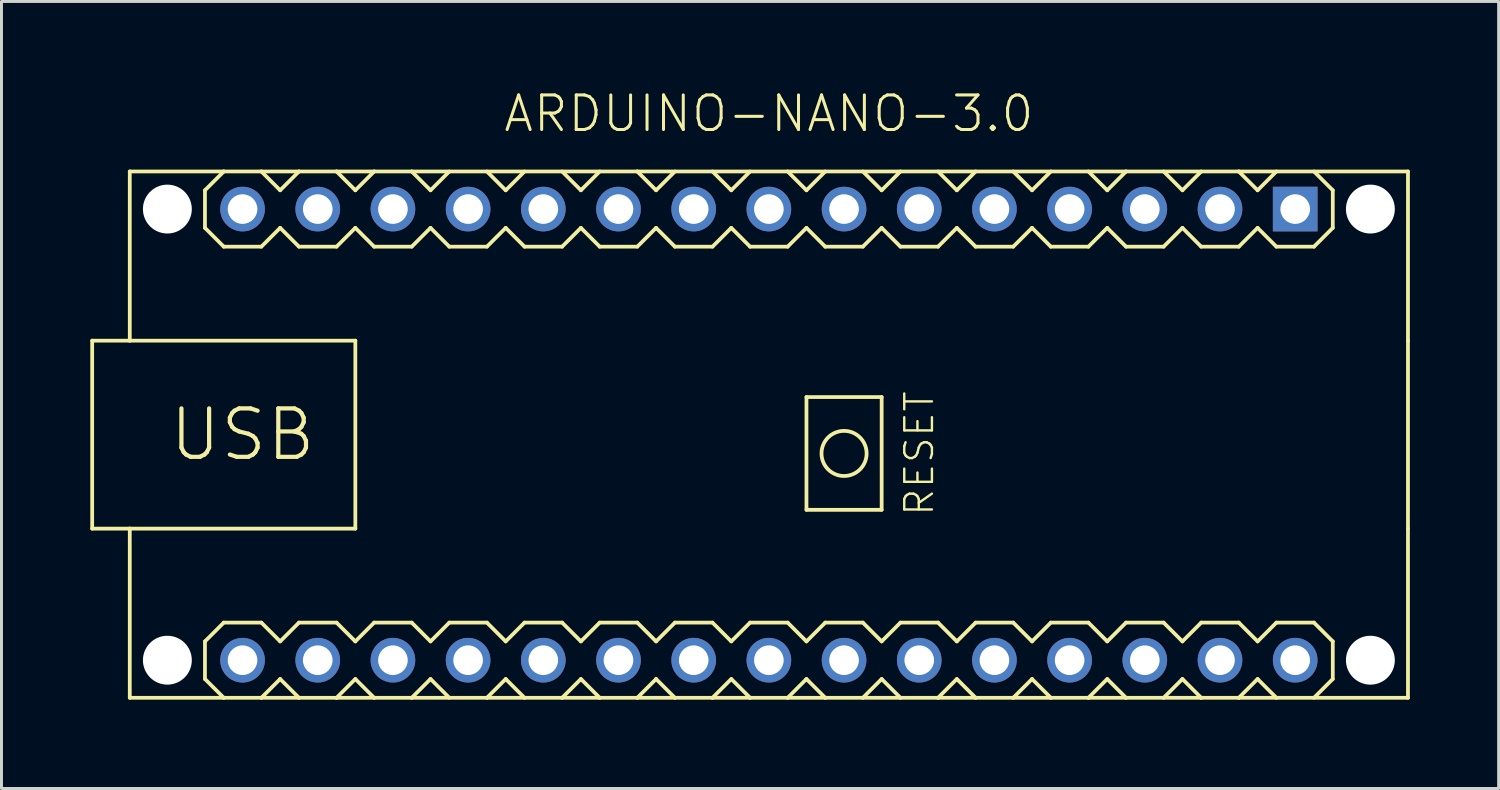
<source format=kicad_pcb>
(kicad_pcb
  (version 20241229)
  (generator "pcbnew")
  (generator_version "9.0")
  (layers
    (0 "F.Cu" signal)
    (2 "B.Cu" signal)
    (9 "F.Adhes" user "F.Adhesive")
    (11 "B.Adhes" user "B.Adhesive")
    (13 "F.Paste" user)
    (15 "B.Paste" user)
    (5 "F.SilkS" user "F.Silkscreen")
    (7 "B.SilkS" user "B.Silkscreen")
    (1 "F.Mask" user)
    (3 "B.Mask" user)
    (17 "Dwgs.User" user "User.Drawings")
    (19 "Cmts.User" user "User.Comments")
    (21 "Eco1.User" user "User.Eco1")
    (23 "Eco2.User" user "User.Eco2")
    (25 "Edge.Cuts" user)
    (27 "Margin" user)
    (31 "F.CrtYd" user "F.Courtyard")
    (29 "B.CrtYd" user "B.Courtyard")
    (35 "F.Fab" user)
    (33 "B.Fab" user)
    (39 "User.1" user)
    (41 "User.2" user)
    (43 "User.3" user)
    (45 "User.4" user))
  (footprint "ARDUINO-NANO-3.0"
    (layer "F.Cu")
    (at 22.924 11.633)
    (property "Reference" "ARDUINO-NANO-3.0" (at 0 -10.16 0) (layer "F.SilkS") (effects (font (size 1.168 1.168) (thickness 0.102)) (justify bottom)))
    (fp_line (start -22.86 -3.175) (end -22.86 3.175) (stroke (width 0.127) (type solid)) (layer "F.SilkS"))
    (fp_line (start -22.86 3.175) (end -21.59 3.175) (stroke (width 0.127) (type solid)) (layer "F.SilkS"))
    (fp_line (start -21.59 -8.89) (end -21.59 -3.175) (stroke (width 0.127) (type solid)) (layer "F.SilkS"))
    (fp_line (start -21.59 -3.175) (end -22.86 -3.175) (stroke (width 0.127) (type solid)) (layer "F.SilkS"))
    (fp_line (start -21.59 -3.175) (end -13.97 -3.175) (stroke (width 0.127) (type solid)) (layer "F.SilkS"))
    (fp_line (start -21.59 3.175) (end -21.59 8.89) (stroke (width 0.127) (type solid)) (layer "F.SilkS"))
    (fp_line (start -21.59 8.89) (end -18.415 8.89) (stroke (width 0.127) (type solid)) (layer "F.SilkS"))
    (fp_line (start -19.05 -8.255) (end -19.05 -6.985) (stroke (width 0.127) (type solid)) (layer "F.SilkS"))
    (fp_line (start -19.05 -6.985) (end -18.415 -6.35) (stroke (width 0.127) (type solid)) (layer "F.SilkS"))
    (fp_line (start -19.05 6.985) (end -19.05 8.255) (stroke (width 0.127) (type solid)) (layer "F.SilkS"))
    (fp_line (start -19.05 8.255) (end -18.415 8.89) (stroke (width 0.127) (type solid)) (layer "F.SilkS"))
    (fp_line (start -18.415 -8.89) (end -21.59 -8.89) (stroke (width 0.127) (type solid)) (layer "F.SilkS"))
    (fp_line (start -18.415 -8.89) (end -19.05 -8.255) (stroke (width 0.127) (type solid)) (layer "F.SilkS"))
    (fp_line (start -18.415 -6.35) (end -17.145 -6.35) (stroke (width 0.127) (type solid)) (layer "F.SilkS"))
    (fp_line (start -18.415 6.35) (end -19.05 6.985) (stroke (width 0.127) (type solid)) (layer "F.SilkS"))
    (fp_line (start -18.415 8.89) (end -17.145 8.89) (stroke (width 0.127) (type solid)) (layer "F.SilkS"))
    (fp_line (start -17.145 -8.89) (end -18.415 -8.89) (stroke (width 0.127) (type solid)) (layer "F.SilkS"))
    (fp_line (start -17.145 -6.35) (end -16.51 -6.985) (stroke (width 0.127) (type solid)) (layer "F.SilkS"))
    (fp_line (start -17.145 6.35) (end -18.415 6.35) (stroke (width 0.127) (type solid)) (layer "F.SilkS"))
    (fp_line (start -17.145 8.89) (end -16.51 8.255) (stroke (width 0.127) (type solid)) (layer "F.SilkS"))
    (fp_line (start -17.145 8.89) (end -15.875 8.89) (stroke (width 0.127) (type solid)) (layer "F.SilkS"))
    (fp_line (start -16.51 -8.255) (end -17.145 -8.89) (stroke (width 0.127) (type solid)) (layer "F.SilkS"))
    (fp_line (start -16.51 -6.985) (end -15.875 -6.35) (stroke (width 0.127) (type solid)) (layer "F.SilkS"))
    (fp_line (start -16.51 6.985) (end -17.145 6.35) (stroke (width 0.127) (type solid)) (layer "F.SilkS"))
    (fp_line (start -16.51 8.255) (end -15.875 8.89) (stroke (width 0.127) (type solid)) (layer "F.SilkS"))
    (fp_line (start -15.875 -8.89) (end -17.145 -8.89) (stroke (width 0.127) (type solid)) (layer "F.SilkS"))
    (fp_line (start -15.875 -8.89) (end -16.51 -8.255) (stroke (width 0.127) (type solid)) (layer "F.SilkS"))
    (fp_line (start -15.875 -6.35) (end -14.605 -6.35) (stroke (width 0.127) (type solid)) (layer "F.SilkS"))
    (fp_line (start -15.875 6.35) (end -16.51 6.985) (stroke (width 0.127) (type solid)) (layer "F.SilkS"))
    (fp_line (start -15.875 8.89) (end -14.605 8.89) (stroke (width 0.127) (type solid)) (layer "F.SilkS"))
    (fp_line (start -14.605 -8.89) (end -15.875 -8.89) (stroke (width 0.127) (type solid)) (layer "F.SilkS"))
    (fp_line (start -14.605 -6.35) (end -13.97 -6.985) (stroke (width 0.127) (type solid)) (layer "F.SilkS"))
    (fp_line (start -14.605 6.35) (end -15.875 6.35) (stroke (width 0.127) (type solid)) (layer "F.SilkS"))
    (fp_line (start -14.605 8.89) (end -13.97 8.255) (stroke (width 0.127) (type solid)) (layer "F.SilkS"))
    (fp_line (start -14.605 8.89) (end -13.335 8.89) (stroke (width 0.127) (type solid)) (layer "F.SilkS"))
    (fp_line (start -13.97 -8.255) (end -14.605 -8.89) (stroke (width 0.127) (type solid)) (layer "F.SilkS"))
    (fp_line (start -13.97 -6.985) (end -13.335 -6.35) (stroke (width 0.127) (type solid)) (layer "F.SilkS"))
    (fp_line (start -13.97 -3.175) (end -13.97 3.175) (stroke (width 0.127) (type solid)) (layer "F.SilkS"))
    (fp_line (start -13.97 3.175) (end -21.59 3.175) (stroke (width 0.127) (type solid)) (layer "F.SilkS"))
    (fp_line (start -13.97 6.985) (end -14.605 6.35) (stroke (width 0.127) (type solid)) (layer "F.SilkS"))
    (fp_line (start -13.97 8.255) (end -13.335 8.89) (stroke (width 0.127) (type solid)) (layer "F.SilkS"))
    (fp_line (start -13.335 -8.89) (end -14.605 -8.89) (stroke (width 0.127) (type solid)) (layer "F.SilkS"))
    (fp_line (start -13.335 -8.89) (end -13.97 -8.255) (stroke (width 0.127) (type solid)) (layer "F.SilkS"))
    (fp_line (start -13.335 -6.35) (end -12.065 -6.35) (stroke (width 0.127) (type solid)) (layer "F.SilkS"))
    (fp_line (start -13.335 6.35) (end -13.97 6.985) (stroke (width 0.127) (type solid)) (layer "F.SilkS"))
    (fp_line (start -13.335 8.89) (end -12.065 8.89) (stroke (width 0.127) (type solid)) (layer "F.SilkS"))
    (fp_line (start -12.065 -8.89) (end -13.335 -8.89) (stroke (width 0.127) (type solid)) (layer "F.SilkS"))
    (fp_line (start -12.065 -6.35) (end -11.43 -6.985) (stroke (width 0.127) (type solid)) (layer "F.SilkS"))
    (fp_line (start -12.065 6.35) (end -13.335 6.35) (stroke (width 0.127) (type solid)) (layer "F.SilkS"))
    (fp_line (start -12.065 8.89) (end -11.43 8.255) (stroke (width 0.127) (type solid)) (layer "F.SilkS"))
    (fp_line (start -12.065 8.89) (end -9.525 8.89) (stroke (width 0.127) (type solid)) (layer "F.SilkS"))
    (fp_line (start -11.43 -8.255) (end -12.065 -8.89) (stroke (width 0.127) (type solid)) (layer "F.SilkS"))
    (fp_line (start -11.43 -6.985) (end -10.795 -6.35) (stroke (width 0.127) (type solid)) (layer "F.SilkS"))
    (fp_line (start -11.43 6.985) (end -12.065 6.35) (stroke (width 0.127) (type solid)) (layer "F.SilkS"))
    (fp_line (start -10.795 -8.89) (end -11.43 -8.255) (stroke (width 0.127) (type solid)) (layer "F.SilkS"))
    (fp_line (start -10.795 -6.35) (end -9.525 -6.35) (stroke (width 0.127) (type solid)) (layer "F.SilkS"))
    (fp_line (start -10.795 6.35) (end -11.43 6.985) (stroke (width 0.127) (type solid)) (layer "F.SilkS"))
    (fp_line (start -10.795 6.35) (end -9.525 6.35) (stroke (width 0.127) (type solid)) (layer "F.SilkS"))
    (fp_line (start -10.795 8.89) (end -11.43 8.255) (stroke (width 0.127) (type solid)) (layer "F.SilkS"))
    (fp_line (start -9.525 -6.35) (end -8.89 -6.985) (stroke (width 0.127) (type solid)) (layer "F.SilkS"))
    (fp_line (start -9.525 6.35) (end -8.89 6.985) (stroke (width 0.127) (type solid)) (layer "F.SilkS"))
    (fp_line (start -9.525 8.89) (end -8.89 8.255) (stroke (width 0.127) (type solid)) (layer "F.SilkS"))
    (fp_line (start -9.525 8.89) (end -8.255 8.89) (stroke (width 0.127) (type solid)) (layer "F.SilkS"))
    (fp_line (start -8.89 -8.255) (end -9.525 -8.89) (stroke (width 0.127) (type solid)) (layer "F.SilkS"))
    (fp_line (start -8.89 -6.985) (end -8.255 -6.35) (stroke (width 0.127) (type solid)) (layer "F.SilkS"))
    (fp_line (start -8.89 6.985) (end -8.255 6.35) (stroke (width 0.127) (type solid)) (layer "F.SilkS"))
    (fp_line (start -8.89 8.255) (end -8.255 8.89) (stroke (width 0.127) (type solid)) (layer "F.SilkS"))
    (fp_line (start -8.255 -8.89) (end -8.89 -8.255) (stroke (width 0.127) (type solid)) (layer "F.SilkS"))
    (fp_line (start -8.255 -6.35) (end -6.985 -6.35) (stroke (width 0.127) (type solid)) (layer "F.SilkS"))
    (fp_line (start -8.255 6.35) (end -6.985 6.35) (stroke (width 0.127) (type solid)) (layer "F.SilkS"))
    (fp_line (start -8.255 8.89) (end -6.985 8.89) (stroke (width 0.127) (type solid)) (layer "F.SilkS"))
    (fp_line (start -6.985 -6.35) (end -6.35 -6.985) (stroke (width 0.127) (type solid)) (layer "F.SilkS"))
    (fp_line (start -6.985 6.35) (end -6.35 6.985) (stroke (width 0.127) (type solid)) (layer "F.SilkS"))
    (fp_line (start -6.985 8.89) (end -6.35 8.255) (stroke (width 0.127) (type solid)) (layer "F.SilkS"))
    (fp_line (start -6.985 8.89) (end -5.715 8.89) (stroke (width 0.127) (type solid)) (layer "F.SilkS"))
    (fp_line (start -6.35 -8.255) (end -6.985 -8.89) (stroke (width 0.127) (type solid)) (layer "F.SilkS"))
    (fp_line (start -6.35 -6.985) (end -5.715 -6.35) (stroke (width 0.127) (type solid)) (layer "F.SilkS"))
    (fp_line (start -6.35 6.985) (end -5.715 6.35) (stroke (width 0.127) (type solid)) (layer "F.SilkS"))
    (fp_line (start -6.35 8.255) (end -5.715 8.89) (stroke (width 0.127) (type solid)) (layer "F.SilkS"))
    (fp_line (start -5.715 -8.89) (end -6.35 -8.255) (stroke (width 0.127) (type solid)) (layer "F.SilkS"))
    (fp_line (start -5.715 -6.35) (end -4.445 -6.35) (stroke (width 0.127) (type solid)) (layer "F.SilkS"))
    (fp_line (start -5.715 6.35) (end -4.445 6.35) (stroke (width 0.127) (type solid)) (layer "F.SilkS"))
    (fp_line (start -5.715 8.89) (end -4.445 8.89) (stroke (width 0.127) (type solid)) (layer "F.SilkS"))
    (fp_line (start -4.445 -8.89) (end -12.065 -8.89) (stroke (width 0.127) (type solid)) (layer "F.SilkS"))
    (fp_line (start -4.445 -6.35) (end -3.81 -6.985) (stroke (width 0.127) (type solid)) (layer "F.SilkS"))
    (fp_line (start -4.445 6.35) (end -3.81 6.985) (stroke (width 0.127) (type solid)) (layer "F.SilkS"))
    (fp_line (start -4.445 8.89) (end -3.81 8.255) (stroke (width 0.127) (type solid)) (layer "F.SilkS"))
    (fp_line (start -4.445 8.89) (end -3.175 8.89) (stroke (width 0.127) (type solid)) (layer "F.SilkS"))
    (fp_line (start -3.81 -8.255) (end -4.445 -8.89) (stroke (width 0.127) (type solid)) (layer "F.SilkS"))
    (fp_line (start -3.81 -6.985) (end -3.175 -6.35) (stroke (width 0.127) (type solid)) (layer "F.SilkS"))
    (fp_line (start -3.81 6.985) (end -3.175 6.35) (stroke (width 0.127) (type solid)) (layer "F.SilkS"))
    (fp_line (start -3.81 8.255) (end -3.175 8.89) (stroke (width 0.127) (type solid)) (layer "F.SilkS"))
    (fp_line (start -3.175 -8.89) (end -3.81 -8.255) (stroke (width 0.127) (type solid)) (layer "F.SilkS"))
    (fp_line (start -3.175 -6.35) (end -1.905 -6.35) (stroke (width 0.127) (type solid)) (layer "F.SilkS"))
    (fp_line (start -3.175 6.35) (end -1.905 6.35) (stroke (width 0.127) (type solid)) (layer "F.SilkS"))
    (fp_line (start -3.175 8.89) (end -1.905 8.89) (stroke (width 0.127) (type solid)) (layer "F.SilkS"))
    (fp_line (start -1.905 -6.35) (end -1.27 -6.985) (stroke (width 0.127) (type solid)) (layer "F.SilkS"))
    (fp_line (start -1.905 6.35) (end -1.27 6.985) (stroke (width 0.127) (type solid)) (layer "F.SilkS"))
    (fp_line (start -1.905 8.89) (end -1.27 8.255) (stroke (width 0.127) (type solid)) (layer "F.SilkS"))
    (fp_line (start -1.905 8.89) (end -0.635 8.89) (stroke (width 0.127) (type solid)) (layer "F.SilkS"))
    (fp_line (start -1.27 -8.255) (end -1.905 -8.89) (stroke (width 0.127) (type solid)) (layer "F.SilkS"))
    (fp_line (start -1.27 -6.985) (end -0.635 -6.35) (stroke (width 0.127) (type solid)) (layer "F.SilkS"))
    (fp_line (start -1.27 6.985) (end -0.635 6.35) (stroke (width 0.127) (type solid)) (layer "F.SilkS"))
    (fp_line (start -1.27 8.255) (end -0.635 8.89) (stroke (width 0.127) (type solid)) (layer "F.SilkS"))
    (fp_line (start -0.635 -8.89) (end -1.27 -8.255) (stroke (width 0.127) (type solid)) (layer "F.SilkS"))
    (fp_line (start -0.635 -6.35) (end 0.635 -6.35) (stroke (width 0.127) (type solid)) (layer "F.SilkS"))
    (fp_line (start -0.635 6.35) (end 0.635 6.35) (stroke (width 0.127) (type solid)) (layer "F.SilkS"))
    (fp_line (start -0.635 8.89) (end 0.635 8.89) (stroke (width 0.127) (type solid)) (layer "F.SilkS"))
    (fp_line (start 0.635 -6.35) (end 1.27 -6.985) (stroke (width 0.127) (type solid)) (layer "F.SilkS"))
    (fp_line (start 0.635 6.35) (end 1.27 6.985) (stroke (width 0.127) (type solid)) (layer "F.SilkS"))
    (fp_line (start 0.635 8.89) (end 1.27 8.255) (stroke (width 0.127) (type solid)) (layer "F.SilkS"))
    (fp_line (start 0.635 8.89) (end 1.905 8.89) (stroke (width 0.127) (type solid)) (layer "F.SilkS"))
    (fp_line (start 1.27 -8.255) (end 0.635 -8.89) (stroke (width 0.127) (type solid)) (layer "F.SilkS"))
    (fp_line (start 1.27 -6.985) (end 1.905 -6.35) (stroke (width 0.127) (type solid)) (layer "F.SilkS"))
    (fp_line (start 1.27 -1.27) (end 1.27 2.54) (stroke (width 0.127) (type solid)) (layer "F.SilkS"))
    (fp_line (start 1.27 2.54) (end 3.81 2.54) (stroke (width 0.127) (type solid)) (layer "F.SilkS"))
    (fp_line (start 1.27 6.985) (end 1.905 6.35) (stroke (width 0.127) (type solid)) (layer "F.SilkS"))
    (fp_line (start 1.27 8.255) (end 1.905 8.89) (stroke (width 0.127) (type solid)) (layer "F.SilkS"))
    (fp_line (start 1.905 -8.89) (end 1.27 -8.255) (stroke (width 0.127) (type solid)) (layer "F.SilkS"))
    (fp_line (start 1.905 -6.35) (end 3.175 -6.35) (stroke (width 0.127) (type solid)) (layer "F.SilkS"))
    (fp_line (start 1.905 6.35) (end 3.175 6.35) (stroke (width 0.127) (type solid)) (layer "F.SilkS"))
    (fp_line (start 1.905 8.89) (end 3.175 8.89) (stroke (width 0.127) (type solid)) (layer "F.SilkS"))
    (fp_line (start 3.175 -6.35) (end 3.81 -6.985) (stroke (width 0.127) (type solid)) (layer "F.SilkS"))
    (fp_line (start 3.175 6.35) (end 3.81 6.985) (stroke (width 0.127) (type solid)) (layer "F.SilkS"))
    (fp_line (start 3.175 8.89) (end 3.81 8.255) (stroke (width 0.127) (type solid)) (layer "F.SilkS"))
    (fp_line (start 3.175 8.89) (end 4.445 8.89) (stroke (width 0.127) (type solid)) (layer "F.SilkS"))
    (fp_line (start 3.81 -8.255) (end 3.175 -8.89) (stroke (width 0.127) (type solid)) (layer "F.SilkS"))
    (fp_line (start 3.81 -6.985) (end 4.445 -6.35) (stroke (width 0.127) (type solid)) (layer "F.SilkS"))
    (fp_line (start 3.81 -1.27) (end 1.27 -1.27) (stroke (width 0.127) (type solid)) (layer "F.SilkS"))
    (fp_line (start 3.81 2.54) (end 3.81 -1.27) (stroke (width 0.127) (type solid)) (layer "F.SilkS"))
    (fp_line (start 3.81 6.985) (end 4.445 6.35) (stroke (width 0.127) (type solid)) (layer "F.SilkS"))
    (fp_line (start 3.81 8.255) (end 4.445 8.89) (stroke (width 0.127) (type solid)) (layer "F.SilkS"))
    (fp_line (start 4.445 -8.89) (end 3.81 -8.255) (stroke (width 0.127) (type solid)) (layer "F.SilkS"))
    (fp_line (start 4.445 -6.35) (end 5.715 -6.35) (stroke (width 0.127) (type solid)) (layer "F.SilkS"))
    (fp_line (start 4.445 6.35) (end 5.715 6.35) (stroke (width 0.127) (type solid)) (layer "F.SilkS"))
    (fp_line (start 4.445 8.89) (end 5.715 8.89) (stroke (width 0.127) (type solid)) (layer "F.SilkS"))
    (fp_line (start 5.715 -6.35) (end 6.35 -6.985) (stroke (width 0.127) (type solid)) (layer "F.SilkS"))
    (fp_line (start 5.715 6.35) (end 6.35 6.985) (stroke (width 0.127) (type solid)) (layer "F.SilkS"))
    (fp_line (start 5.715 8.89) (end 6.35 8.255) (stroke (width 0.127) (type solid)) (layer "F.SilkS"))
    (fp_line (start 5.715 8.89) (end 6.985 8.89) (stroke (width 0.127) (type solid)) (layer "F.SilkS"))
    (fp_line (start 6.35 -8.255) (end 5.715 -8.89) (stroke (width 0.127) (type solid)) (layer "F.SilkS"))
    (fp_line (start 6.35 -6.985) (end 6.985 -6.35) (stroke (width 0.127) (type solid)) (layer "F.SilkS"))
    (fp_line (start 6.35 6.985) (end 6.985 6.35) (stroke (width 0.127) (type solid)) (layer "F.SilkS"))
    (fp_line (start 6.35 8.255) (end 6.985 8.89) (stroke (width 0.127) (type solid)) (layer "F.SilkS"))
    (fp_line (start 6.985 -8.89) (end 6.35 -8.255) (stroke (width 0.127) (type solid)) (layer "F.SilkS"))
    (fp_line (start 6.985 -6.35) (end 8.255 -6.35) (stroke (width 0.127) (type solid)) (layer "F.SilkS"))
    (fp_line (start 6.985 6.35) (end 8.255 6.35) (stroke (width 0.127) (type solid)) (layer "F.SilkS"))
    (fp_line (start 6.985 8.89) (end 8.255 8.89) (stroke (width 0.127) (type solid)) (layer "F.SilkS"))
    (fp_line (start 8.255 -6.35) (end 8.89 -6.985) (stroke (width 0.127) (type solid)) (layer "F.SilkS"))
    (fp_line (start 8.255 6.35) (end 8.89 6.985) (stroke (width 0.127) (type solid)) (layer "F.SilkS"))
    (fp_line (start 8.255 8.89) (end 8.89 8.255) (stroke (width 0.127) (type solid)) (layer "F.SilkS"))
    (fp_line (start 8.255 8.89) (end 9.525 8.89) (stroke (width 0.127) (type solid)) (layer "F.SilkS"))
    (fp_line (start 8.89 -8.255) (end 8.255 -8.89) (stroke (width 0.127) (type solid)) (layer "F.SilkS"))
    (fp_line (start 8.89 -6.985) (end 9.525 -6.35) (stroke (width 0.127) (type solid)) (layer "F.SilkS"))
    (fp_line (start 8.89 6.985) (end 9.525 6.35) (stroke (width 0.127) (type solid)) (layer "F.SilkS"))
    (fp_line (start 8.89 8.255) (end 9.525 8.89) (stroke (width 0.127) (type solid)) (layer "F.SilkS"))
    (fp_line (start 9.525 -8.89) (end 8.89 -8.255) (stroke (width 0.127) (type solid)) (layer "F.SilkS"))
    (fp_line (start 9.525 -6.35) (end 10.795 -6.35) (stroke (width 0.127) (type solid)) (layer "F.SilkS"))
    (fp_line (start 9.525 6.35) (end 10.795 6.35) (stroke (width 0.127) (type solid)) (layer "F.SilkS"))
    (fp_line (start 9.525 8.89) (end 10.795 8.89) (stroke (width 0.127) (type solid)) (layer "F.SilkS"))
    (fp_line (start 10.795 -6.35) (end 11.43 -6.985) (stroke (width 0.127) (type solid)) (layer "F.SilkS"))
    (fp_line (start 10.795 6.35) (end 11.43 6.985) (stroke (width 0.127) (type solid)) (layer "F.SilkS"))
    (fp_line (start 10.795 8.89) (end 11.43 8.255) (stroke (width 0.127) (type solid)) (layer "F.SilkS"))
    (fp_line (start 10.795 8.89) (end 12.065 8.89) (stroke (width 0.127) (type solid)) (layer "F.SilkS"))
    (fp_line (start 11.43 -8.255) (end 10.795 -8.89) (stroke (width 0.127) (type solid)) (layer "F.SilkS"))
    (fp_line (start 11.43 -8.255) (end 12.065 -8.89) (stroke (width 0.127) (type solid)) (layer "F.SilkS"))
    (fp_line (start 11.43 -6.985) (end 12.065 -6.35) (stroke (width 0.127) (type solid)) (layer "F.SilkS"))
    (fp_line (start 11.43 6.985) (end 12.065 6.35) (stroke (width 0.127) (type solid)) (layer "F.SilkS"))
    (fp_line (start 11.43 8.255) (end 12.065 8.89) (stroke (width 0.127) (type solid)) (layer "F.SilkS"))
    (fp_line (start 12.065 -8.89) (end -4.445 -8.89) (stroke (width 0.127) (type solid)) (layer "F.SilkS"))
    (fp_line (start 12.065 -6.35) (end 13.335 -6.35) (stroke (width 0.127) (type solid)) (layer "F.SilkS"))
    (fp_line (start 12.065 6.35) (end 13.335 6.35) (stroke (width 0.127) (type solid)) (layer "F.SilkS"))
    (fp_line (start 12.065 8.89) (end 13.335 8.89) (stroke (width 0.127) (type solid)) (layer "F.SilkS"))
    (fp_line (start 13.335 -6.35) (end 13.97 -6.985) (stroke (width 0.127) (type solid)) (layer "F.SilkS"))
    (fp_line (start 13.335 6.35) (end 13.97 6.985) (stroke (width 0.127) (type solid)) (layer "F.SilkS"))
    (fp_line (start 13.335 8.89) (end 13.97 8.255) (stroke (width 0.127) (type solid)) (layer "F.SilkS"))
    (fp_line (start 13.335 8.89) (end 14.605 8.89) (stroke (width 0.127) (type solid)) (layer "F.SilkS"))
    (fp_line (start 13.97 -8.255) (end 13.335 -8.89) (stroke (width 0.127) (type solid)) (layer "F.SilkS"))
    (fp_line (start 13.97 -6.985) (end 14.605 -6.35) (stroke (width 0.127) (type solid)) (layer "F.SilkS"))
    (fp_line (start 13.97 6.985) (end 14.605 6.35) (stroke (width 0.127) (type solid)) (layer "F.SilkS"))
    (fp_line (start 13.97 8.255) (end 14.605 8.89) (stroke (width 0.127) (type solid)) (layer "F.SilkS"))
    (fp_line (start 14.605 -8.89) (end 13.97 -8.255) (stroke (width 0.127) (type solid)) (layer "F.SilkS"))
    (fp_line (start 14.605 -6.35) (end 15.875 -6.35) (stroke (width 0.127) (type solid)) (layer "F.SilkS"))
    (fp_line (start 14.605 6.35) (end 15.875 6.35) (stroke (width 0.127) (type solid)) (layer "F.SilkS"))
    (fp_line (start 14.605 8.89) (end 15.875 8.89) (stroke (width 0.127) (type solid)) (layer "F.SilkS"))
    (fp_line (start 15.875 -8.89) (end 12.065 -8.89) (stroke (width 0.127) (type solid)) (layer "F.SilkS"))
    (fp_line (start 15.875 -6.35) (end 16.51 -6.985) (stroke (width 0.127) (type solid)) (layer "F.SilkS"))
    (fp_line (start 15.875 6.35) (end 16.51 6.985) (stroke (width 0.127) (type solid)) (layer "F.SilkS"))
    (fp_line (start 15.875 8.89) (end 17.145 8.89) (stroke (width 0.127) (type solid)) (layer "F.SilkS"))
    (fp_line (start 16.51 -8.255) (end 15.875 -8.89) (stroke (width 0.127) (type solid)) (layer "F.SilkS"))
    (fp_line (start 16.51 -6.985) (end 17.145 -6.35) (stroke (width 0.127) (type solid)) (layer "F.SilkS"))
    (fp_line (start 16.51 6.985) (end 17.145 6.35) (stroke (width 0.127) (type solid)) (layer "F.SilkS"))
    (fp_line (start 16.51 8.255) (end 15.875 8.89) (stroke (width 0.127) (type solid)) (layer "F.SilkS"))
    (fp_line (start 17.145 -8.89) (end 16.51 -8.255) (stroke (width 0.127) (type solid)) (layer "F.SilkS"))
    (fp_line (start 17.145 -6.35) (end 18.415 -6.35) (stroke (width 0.127) (type solid)) (layer "F.SilkS"))
    (fp_line (start 17.145 6.35) (end 18.415 6.35) (stroke (width 0.127) (type solid)) (layer "F.SilkS"))
    (fp_line (start 17.145 8.89) (end 16.51 8.255) (stroke (width 0.127) (type solid)) (layer "F.SilkS"))
    (fp_line (start 18.415 -6.35) (end 19.05 -6.985) (stroke (width 0.127) (type solid)) (layer "F.SilkS"))
    (fp_line (start 18.415 8.89) (end 19.05 8.255) (stroke (width 0.127) (type solid)) (layer "F.SilkS"))
    (fp_line (start 19.05 -8.255) (end 18.415 -8.89) (stroke (width 0.127) (type solid)) (layer "F.SilkS"))
    (fp_line (start 19.05 -8.255) (end 19.05 -6.985) (stroke (width 0.127) (type solid)) (layer "F.SilkS"))
    (fp_line (start 19.05 6.985) (end 18.415 6.35) (stroke (width 0.127) (type solid)) (layer "F.SilkS"))
    (fp_line (start 19.05 6.985) (end 19.05 8.255) (stroke (width 0.127) (type solid)) (layer "F.SilkS"))
    (fp_line (start 21.59 -8.89) (end 15.875 -8.89) (stroke (width 0.127) (type solid)) (layer "F.SilkS"))
    (fp_line (start 21.59 -8.89) (end 21.59 -3.175) (stroke (width 0.127) (type solid)) (layer "F.SilkS"))
    (fp_line (start 21.59 -3.175) (end 21.59 3.175) (stroke (width 0.127) (type solid)) (layer "F.SilkS"))
    (fp_line (start 21.59 3.175) (end 21.59 8.89) (stroke (width 0.127) (type solid)) (layer "F.SilkS"))
    (fp_line (start 21.59 8.89) (end 17.145 8.89) (stroke (width 0.127) (type solid)) (layer "F.SilkS"))
    (fp_circle (center 2.54 0.635) (end 3.302 0.635) (stroke (width 0.127) (type solid)) (fill no) (layer "F.SilkS"))
    (fp_text user "RESET" (at 5.08 0.635 90) (layer "F.SilkS") (effects (font (size 0.935 0.935) (thickness 0.081))))
    (fp_text user "USB" (at -17.78 0 0) (layer "F.SilkS") (effects (font (size 1.636 1.636) (thickness 0.142))))
    (pad "" np_thru_hole circle (at -20.32 -7.62) (size 1.651 1.651) (drill 1.651) (layers "*.Cu" "*.Mask"))
    (pad "" np_thru_hole circle (at -20.32 7.62) (size 1.651 1.651) (drill 1.651) (layers "*.Cu" "*.Mask"))
    (pad "" np_thru_hole circle (at 20.32 -7.62) (size 1.651 1.651) (drill 1.651) (layers "*.Cu" "*.Mask"))
    (pad "" np_thru_hole circle (at 20.32 7.62) (size 1.651 1.651) (drill 1.651) (layers "*.Cu" "*.Mask"))
    (pad "J1.1" thru_hole rect (at 17.78 -7.62) (size 1.508 1.508) (drill 1) (layers "*.Cu" "*.Mask"))
    (pad "J1.2" thru_hole circle (at 15.24 -7.62) (size 1.508 1.508) (drill 1) (layers "*.Cu" "*.Mask"))
    (pad "J1.3" thru_hole circle (at 12.7 -7.62) (size 1.508 1.508) (drill 1) (layers "*.Cu" "*.Mask"))
    (pad "J1.4" thru_hole circle (at 10.16 -7.62) (size 1.508 1.508) (drill 1) (layers "*.Cu" "*.Mask"))
    (pad "J1.5" thru_hole circle (at 7.62 -7.62) (size 1.508 1.508) (drill 1) (layers "*.Cu" "*.Mask"))
    (pad "J1.6" thru_hole circle (at 5.08 -7.62) (size 1.508 1.508) (drill 1) (layers "*.Cu" "*.Mask"))
    (pad "J1.7" thru_hole circle (at 2.54 -7.62) (size 1.508 1.508) (drill 1) (layers "*.Cu" "*.Mask"))
    (pad "J1.8" thru_hole circle (at 0 -7.62) (size 1.508 1.508) (drill 1) (layers "*.Cu" "*.Mask"))
    (pad "J1.9" thru_hole circle (at -2.54 -7.62) (size 1.508 1.508) (drill 1) (layers "*.Cu" "*.Mask"))
    (pad "J1.10" thru_hole circle (at -5.08 -7.62) (size 1.508 1.508) (drill 1) (layers "*.Cu" "*.Mask"))
    (pad "J1.11" thru_hole circle (at -7.62 -7.62) (size 1.508 1.508) (drill 1) (layers "*.Cu" "*.Mask"))
    (pad "J1.12" thru_hole circle (at -10.16 -7.62) (size 1.508 1.508) (drill 1) (layers "*.Cu" "*.Mask"))
    (pad "J1.13" thru_hole circle (at -12.7 -7.62) (size 1.508 1.508) (drill 1) (layers "*.Cu" "*.Mask"))
    (pad "J1.14" thru_hole circle (at -15.24 -7.62) (size 1.508 1.508) (drill 1) (layers "*.Cu" "*.Mask"))
    (pad "J1.15" thru_hole circle (at -17.78 -7.62) (size 1.508 1.508) (drill 1) (layers "*.Cu" "*.Mask"))
    (pad "J2.1" thru_hole circle (at 17.78 7.62) (size 1.508 1.508) (drill 1) (layers "*.Cu" "*.Mask"))
    (pad "J2.2" thru_hole circle (at 15.24 7.62) (size 1.508 1.508) (drill 1) (layers "*.Cu" "*.Mask"))
    (pad "J2.3" thru_hole circle (at 12.7 7.62) (size 1.508 1.508) (drill 1) (layers "*.Cu" "*.Mask"))
    (pad "J2.4" thru_hole circle (at 10.16 7.62) (size 1.508 1.508) (drill 1) (layers "*.Cu" "*.Mask"))
    (pad "J2.5" thru_hole circle (at 7.62 7.62) (size 1.508 1.508) (drill 1) (layers "*.Cu" "*.Mask"))
    (pad "J2.6" thru_hole circle (at 5.08 7.62) (size 1.508 1.508) (drill 1) (layers "*.Cu" "*.Mask"))
    (pad "J2.7" thru_hole circle (at 2.54 7.62) (size 1.508 1.508) (drill 1) (layers "*.Cu" "*.Mask"))
    (pad "J2.8" thru_hole circle (at 0 7.62) (size 1.508 1.508) (drill 1) (layers "*.Cu" "*.Mask"))
    (pad "J2.9" thru_hole circle (at -2.54 7.62) (size 1.508 1.508) (drill 1) (layers "*.Cu" "*.Mask"))
    (pad "J2.10" thru_hole circle (at -5.08 7.62) (size 1.508 1.508) (drill 1) (layers "*.Cu" "*.Mask"))
    (pad "J2.11" thru_hole circle (at -7.62 7.62) (size 1.508 1.508) (drill 1) (layers "*.Cu" "*.Mask"))
    (pad "J2.12" thru_hole circle (at -10.16 7.62) (size 1.508 1.508) (drill 1) (layers "*.Cu" "*.Mask"))
    (pad "J2.13" thru_hole circle (at -12.7 7.62) (size 1.508 1.508) (drill 1) (layers "*.Cu" "*.Mask"))
    (pad "J2.14" thru_hole circle (at -15.24 7.62) (size 1.508 1.508) (drill 1) (layers "*.Cu" "*.Mask"))
    (pad "J2.15" thru_hole circle (at -17.78 7.62) (size 1.508 1.508) (drill 1) (layers "*.Cu" "*.Mask")))
  (gr_rect
    (start -3 -3)
    (end 47.577 23.587)
    (stroke (width 0.1) (type default))
    (fill no)
    (layer "Edge.Cuts")))
</source>
